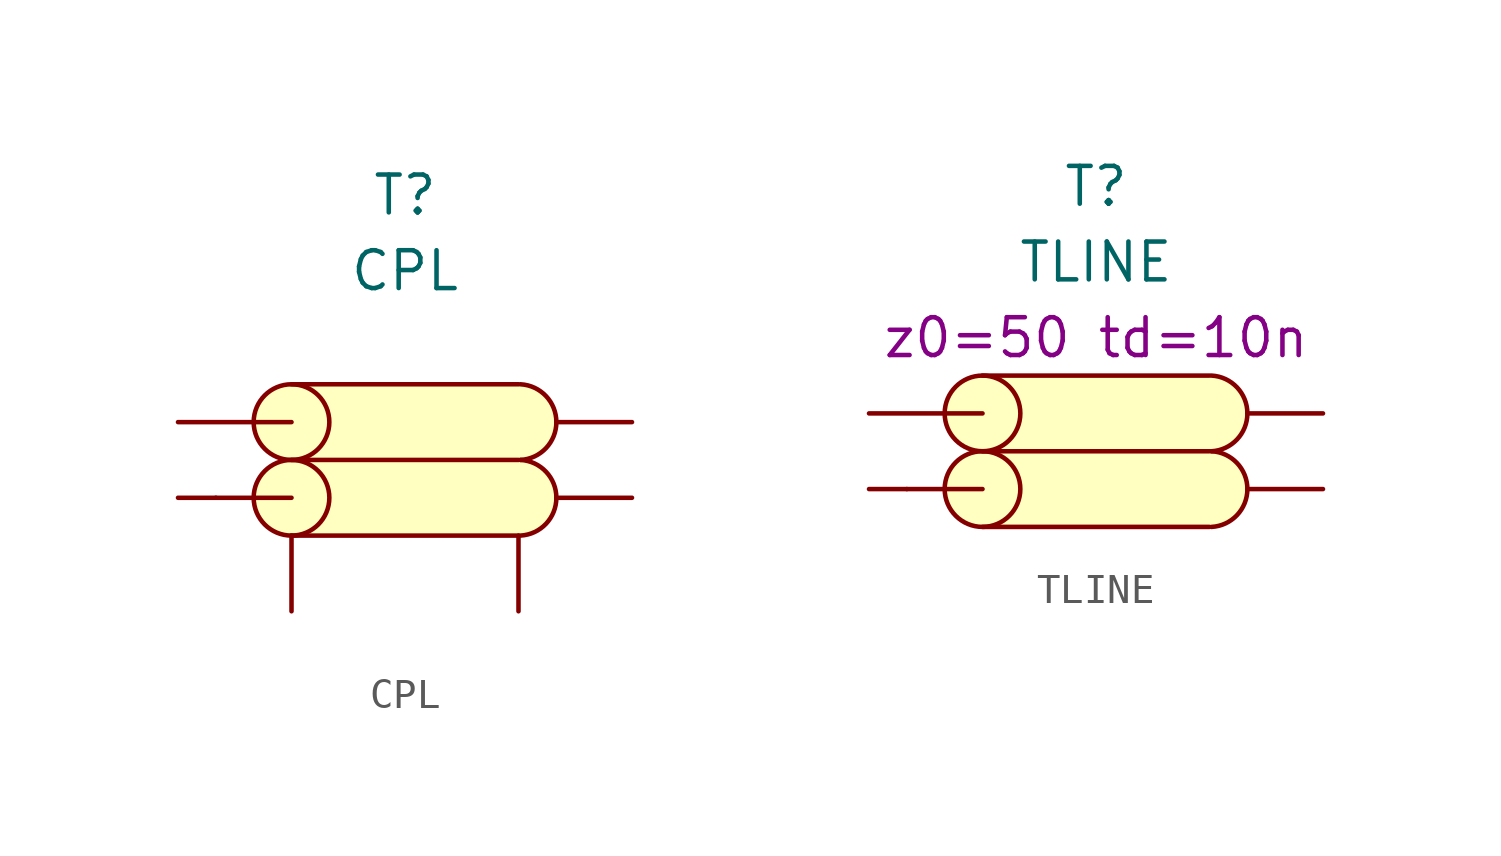
<source format=kicad_sym>
(kicad_symbol_lib
  (version 20231120)
  (generator "kicad_symbol_editor")
  (generator_version "8.0")
  (symbol "CPL"
    (pin_numbers hide)
    (property "Reference" "T"
      (at 0 8.89 0)
      (effects (font (size 1.27 1.27))))
    (property "Value" "CPL"
      (at 0 6.35 0)
      (effects (font (size 1.27 1.27))))
    (symbol "CPL_0_1"
      (circle (center -3.81 -1.27) (radius 1.27) (stroke (width 0) (type default)) (fill (type none)))
      (circle (center -3.81 -1.27) (radius 1.27) (stroke (width -0.0001) (type default)) (fill (type background)))
      (rectangle (start -3.81 0) (end 3.81 -2.54) (stroke (width -0.0001) (type default)) (fill (type background)))
      (circle (center -3.81 1.27) (radius 1.27) (stroke (width 0) (type default)) (fill (type none)))
      (circle (center -3.81 1.27) (radius 1.27) (stroke (width -0.0001) (type default)) (fill (type background)))
      (rectangle (start -3.81 2.54) (end 3.81 0) (stroke (width -0.0001) (type default)) (fill (type background)))
      (polyline (pts (xy -3.81 -2.54) (xy 3.81 -2.54)) (stroke (width 0) (type default)) (fill (type none)))
      (polyline (pts (xy -3.81 -1.27) (xy -6.35 -1.27)) (stroke (width 0) (type default)) (fill (type none)))
      (polyline (pts (xy -3.81 0) (xy 3.81 0)) (stroke (width 0) (type default)) (fill (type none)))
      (polyline (pts (xy -3.81 1.27) (xy -5.08 1.27)) (stroke (width 0) (type default)) (fill (type none)))
      (polyline (pts (xy -3.81 2.54) (xy 3.81 2.54)) (stroke (width 0) (type default)) (fill (type none)))
      (circle (center 3.81 -1.27) (radius 1.27) (stroke (width -0.0001) (type default)) (fill (type background)))
      (circle (center 3.81 1.27) (radius 1.27) (stroke (width -0.0001) (type default)) (fill (type background)))
      (arc (start 3.8776 -2.54) (mid 5.0818 -1.27) (end 3.8776 0) (stroke (width 0) (type default)) (fill (type none)))
      (arc (start 3.8776 0) (mid 5.0818 1.27) (end 3.8776 2.54) (stroke (width 0) (type default)) (fill (type none))))
    (symbol "CPL_1_1"
      (pin passive line (at -7.62 1.27 0) (length 2.54) (name "" (effects (font (size 1.27 1.27)))) (number "1" (effects (font (size 1.27 1.27)))))
      (pin passive line (at -7.62 -1.27 0) (length 1.27) (name "" (effects (font (size 1.27 1.27)))) (number "2" (effects (font (size 1.27 1.27)))))
      (pin passive line (at 7.62 1.27 180) (length 2.54) (name "" (effects (font (size 1.27 1.27)))) (number "3" (effects (font (size 1.27 1.27)))))
      (pin passive line (at 7.62 -1.27 180) (length 2.54) (name "" (effects (font (size 1.27 1.27)))) (number "4" (effects (font (size 1.27 1.27)))))
      (pin passive line (at -3.81 -5.08 90) (length 2.54) (name "" (effects (font (size 1.27 1.27)))) (number "5" (effects (font (size 1.27 1.27)))))
      (pin passive line (at 3.81 -5.08 90) (length 2.54) (name "" (effects (font (size 1.27 1.27)))) (number "6" (effects (font (size 1.27 1.27)))))))
  (symbol "TLINE"
    (pin_numbers hide)
    (property "Reference" "T"
      (at 0 8.89 0)
      (effects (font (size 1.27 1.27))))
    (property "Value" "TLINE"
      (at 0 6.35 0)
      (effects (font (size 1.27 1.27))))
    (property "Sim.Params" "z0=50 td=10n"
      (at 0 3.81 0)
      (effects (font (size 1.27 1.27))))
    (symbol "TLINE_0_1"
      (circle (center -3.81 -1.27) (radius 1.27) (stroke (width 0) (type default)) (fill (type none)))
      (circle (center -3.81 -1.27) (radius 1.27) (stroke (width -0.0001) (type default)) (fill (type background)))
      (rectangle (start -3.81 0) (end 3.81 -2.54) (stroke (width -0.0001) (type default)) (fill (type background)))
      (circle (center -3.81 1.27) (radius 1.27) (stroke (width 0) (type default)) (fill (type none)))
      (circle (center -3.81 1.27) (radius 1.27) (stroke (width -0.0001) (type default)) (fill (type background)))
      (rectangle (start -3.81 2.54) (end 3.81 0) (stroke (width -0.0001) (type default)) (fill (type background)))
      (polyline (pts (xy -3.81 -2.54) (xy 3.81 -2.54)) (stroke (width 0) (type default)) (fill (type none)))
      (polyline (pts (xy -3.81 -1.27) (xy -6.35 -1.27)) (stroke (width 0) (type default)) (fill (type none)))
      (polyline (pts (xy -3.81 0) (xy 3.81 0)) (stroke (width 0) (type default)) (fill (type none)))
      (polyline (pts (xy -3.81 1.27) (xy -5.08 1.27)) (stroke (width 0) (type default)) (fill (type none)))
      (polyline (pts (xy -3.81 2.54) (xy 3.81 2.54)) (stroke (width 0) (type default)) (fill (type none)))
      (circle (center 3.81 -1.27) (radius 1.27) (stroke (width -0.0001) (type default)) (fill (type background)))
      (circle (center 3.81 1.27) (radius 1.27) (stroke (width -0.0001) (type default)) (fill (type background)))
      (arc (start 3.8776 -2.54) (mid 5.0818 -1.27) (end 3.8776 0) (stroke (width 0) (type default)) (fill (type none)))
      (arc (start 3.8776 0) (mid 5.0818 1.27) (end 3.8776 2.54) (stroke (width 0) (type default)) (fill (type none))))
    (symbol "TLINE_1_1"
      (pin passive line (at -7.62 1.27 0) (length 2.54) (name "" (effects (font (size 1.27 1.27)))) (number "1" (effects (font (size 1.27 1.27)))))
      (pin passive line (at -7.62 -1.27 0) (length 1.27) (name "" (effects (font (size 1.27 1.27)))) (number "2" (effects (font (size 1.27 1.27)))))
      (pin passive line (at 7.62 1.27 180) (length 2.54) (name "" (effects (font (size 1.27 1.27)))) (number "3" (effects (font (size 1.27 1.27)))))
      (pin passive line (at 7.62 -1.27 180) (length 2.54) (name "" (effects (font (size 1.27 1.27)))) (number "4" (effects (font (size 1.27 1.27))))))))
</source>
